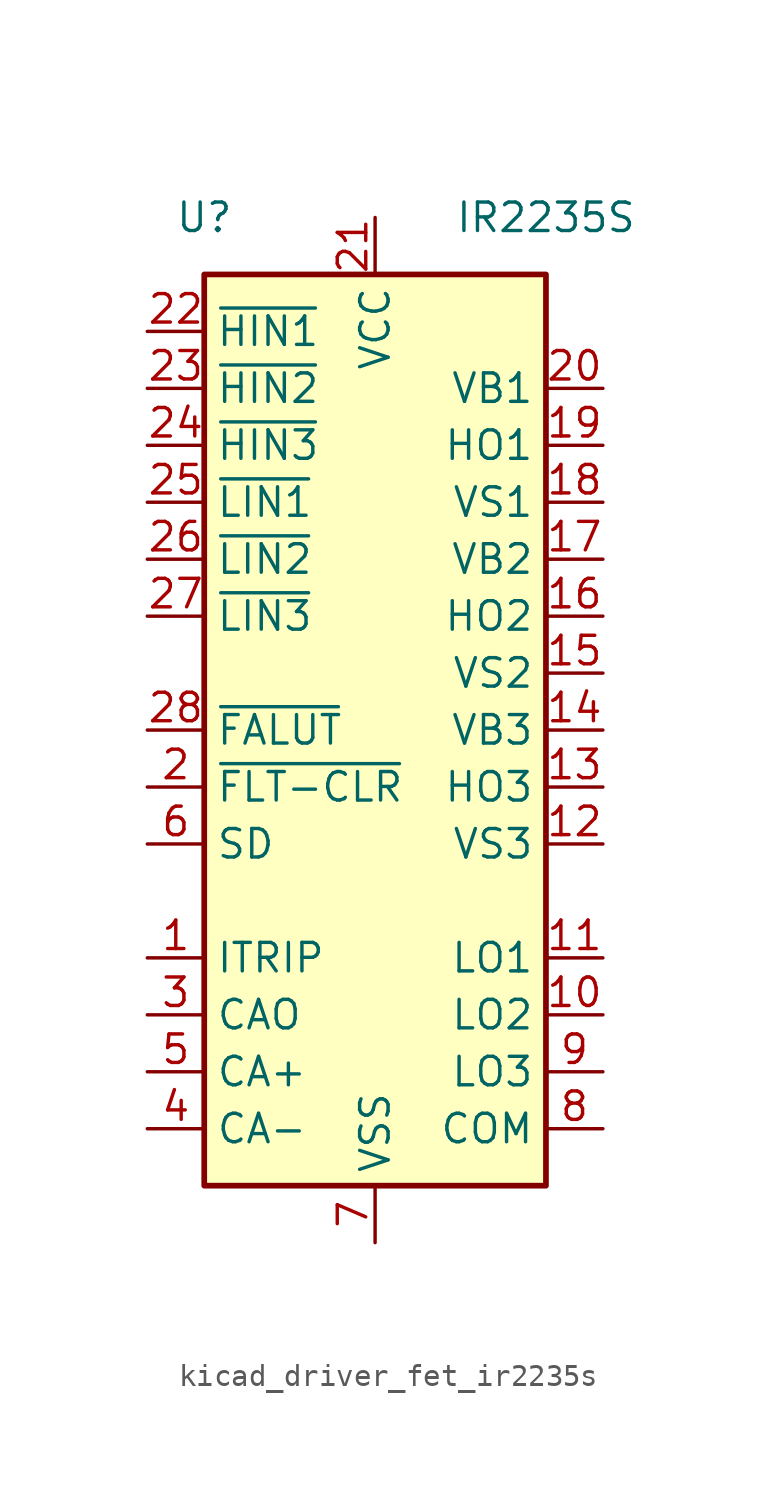
<source format=kicad_sym>
(kicad_symbol_lib
  (version 20220914)
  (generator kicad_symbol_editor)
  (symbol "kicad_driver_fet_ir2235s"
    (property "Reference" "U"
      (at -7.62 22.86 0)
      (effects (font (size 1.27 1.27))))
    (property "Value" "IR2235S"
      (at 7.62 22.86 0)
      (effects (font (size 1.27 1.27))))
    (symbol "kicad_driver_fet_ir2235s_1_1"
      (rectangle (start -7.62 -20.32) (end 7.62 20.32) (stroke (width 0.254) (type default)) (fill (type background)))
      (pin input line (at -10.16 -10.16 0) (length 2.54) (name "ITRIP" (effects (font (size 1.27 1.27)))) (number "1" (effects (font (size 1.27 1.27)))))
      (pin output line (at 10.16 -12.7 180) (length 2.54) (name "LO2" (effects (font (size 1.27 1.27)))) (number "10" (effects (font (size 1.27 1.27)))))
      (pin output line (at 10.16 -10.16 180) (length 2.54) (name "LO1" (effects (font (size 1.27 1.27)))) (number "11" (effects (font (size 1.27 1.27)))))
      (pin passive line (at 10.16 -5.08 180) (length 2.54) (name "VS3" (effects (font (size 1.27 1.27)))) (number "12" (effects (font (size 1.27 1.27)))))
      (pin output line (at 10.16 -2.54 180) (length 2.54) (name "HO3" (effects (font (size 1.27 1.27)))) (number "13" (effects (font (size 1.27 1.27)))))
      (pin passive line (at 10.16 0 180) (length 2.54) (name "VB3" (effects (font (size 1.27 1.27)))) (number "14" (effects (font (size 1.27 1.27)))))
      (pin passive line (at 10.16 2.54 180) (length 2.54) (name "VS2" (effects (font (size 1.27 1.27)))) (number "15" (effects (font (size 1.27 1.27)))))
      (pin output line (at 10.16 5.08 180) (length 2.54) (name "HO2" (effects (font (size 1.27 1.27)))) (number "16" (effects (font (size 1.27 1.27)))))
      (pin passive line (at 10.16 7.62 180) (length 2.54) (name "VB2" (effects (font (size 1.27 1.27)))) (number "17" (effects (font (size 1.27 1.27)))))
      (pin passive line (at 10.16 10.16 180) (length 2.54) (name "VS1" (effects (font (size 1.27 1.27)))) (number "18" (effects (font (size 1.27 1.27)))))
      (pin output line (at 10.16 12.7 180) (length 2.54) (name "HO1" (effects (font (size 1.27 1.27)))) (number "19" (effects (font (size 1.27 1.27)))))
      (pin input line (at -10.16 -2.54 0) (length 2.54) (name "~{FLT-CLR}" (effects (font (size 1.27 1.27)))) (number "2" (effects (font (size 1.27 1.27)))))
      (pin passive line (at 10.16 15.24 180) (length 2.54) (name "VB1" (effects (font (size 1.27 1.27)))) (number "20" (effects (font (size 1.27 1.27)))))
      (pin power_in line (at 0 22.86 270) (length 2.54) (name "VCC" (effects (font (size 1.27 1.27)))) (number "21" (effects (font (size 1.27 1.27)))))
      (pin input line (at -10.16 17.78 0) (length 2.54) (name "~{HIN1}" (effects (font (size 1.27 1.27)))) (number "22" (effects (font (size 1.27 1.27)))))
      (pin input line (at -10.16 15.24 0) (length 2.54) (name "~{HIN2}" (effects (font (size 1.27 1.27)))) (number "23" (effects (font (size 1.27 1.27)))))
      (pin input line (at -10.16 12.7 0) (length 2.54) (name "~{HIN3}" (effects (font (size 1.27 1.27)))) (number "24" (effects (font (size 1.27 1.27)))))
      (pin input line (at -10.16 10.16 0) (length 2.54) (name "~{LIN1}" (effects (font (size 1.27 1.27)))) (number "25" (effects (font (size 1.27 1.27)))))
      (pin input line (at -10.16 7.62 0) (length 2.54) (name "~{LIN2}" (effects (font (size 1.27 1.27)))) (number "26" (effects (font (size 1.27 1.27)))))
      (pin input line (at -10.16 5.08 0) (length 2.54) (name "~{LIN3}" (effects (font (size 1.27 1.27)))) (number "27" (effects (font (size 1.27 1.27)))))
      (pin output line (at -10.16 0 0) (length 2.54) (name "~{FALUT}" (effects (font (size 1.27 1.27)))) (number "28" (effects (font (size 1.27 1.27)))))
      (pin output line (at -10.16 -12.7 0) (length 2.54) (name "CAO" (effects (font (size 1.27 1.27)))) (number "3" (effects (font (size 1.27 1.27)))))
      (pin input line (at -10.16 -17.78 0) (length 2.54) (name "CA-" (effects (font (size 1.27 1.27)))) (number "4" (effects (font (size 1.27 1.27)))))
      (pin input line (at -10.16 -15.24 0) (length 2.54) (name "CA+" (effects (font (size 1.27 1.27)))) (number "5" (effects (font (size 1.27 1.27)))))
      (pin input line (at -10.16 -5.08 0) (length 2.54) (name "SD" (effects (font (size 1.27 1.27)))) (number "6" (effects (font (size 1.27 1.27)))))
      (pin power_in line (at 0 -22.86 90) (length 2.54) (name "VSS" (effects (font (size 1.27 1.27)))) (number "7" (effects (font (size 1.27 1.27)))))
      (pin passive line (at 10.16 -17.78 180) (length 2.54) (name "COM" (effects (font (size 1.27 1.27)))) (number "8" (effects (font (size 1.27 1.27)))))
      (pin output line (at 10.16 -15.24 180) (length 2.54) (name "LO3" (effects (font (size 1.27 1.27)))) (number "9" (effects (font (size 1.27 1.27))))))))
</source>
